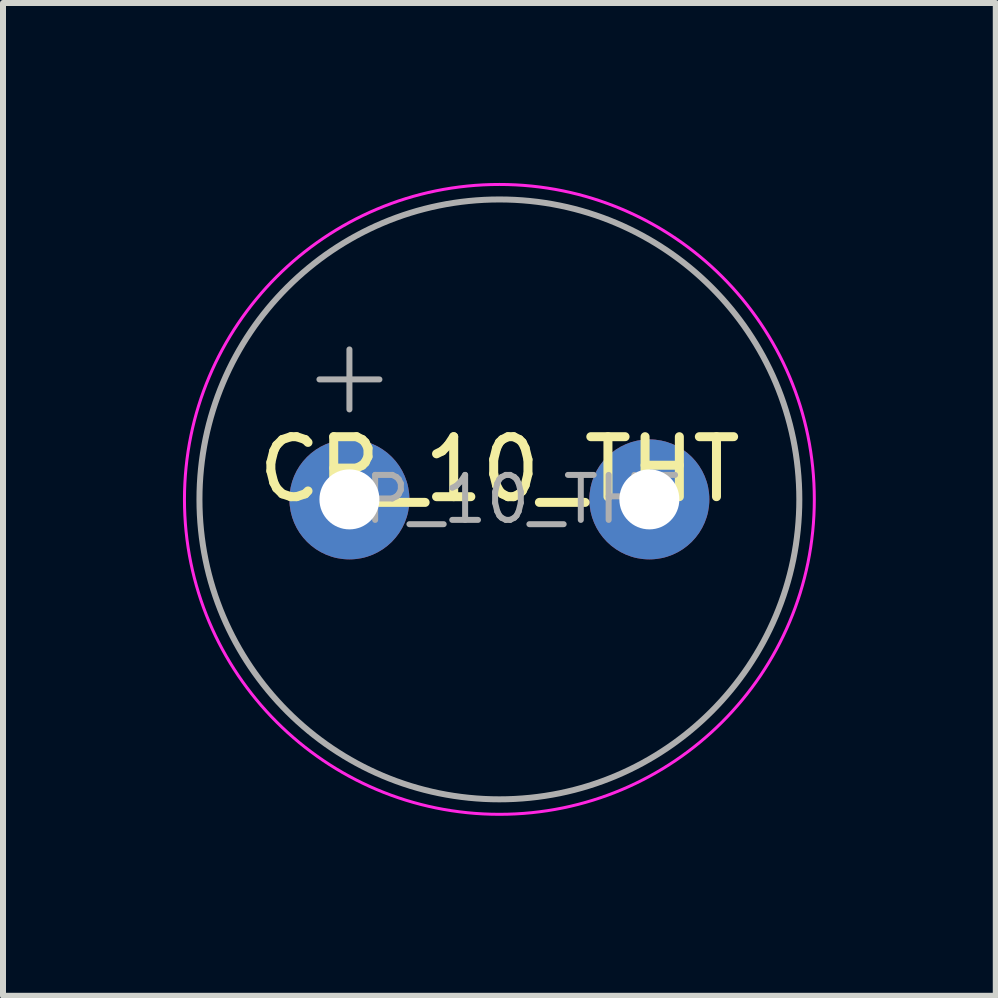
<source format=kicad_pcb>
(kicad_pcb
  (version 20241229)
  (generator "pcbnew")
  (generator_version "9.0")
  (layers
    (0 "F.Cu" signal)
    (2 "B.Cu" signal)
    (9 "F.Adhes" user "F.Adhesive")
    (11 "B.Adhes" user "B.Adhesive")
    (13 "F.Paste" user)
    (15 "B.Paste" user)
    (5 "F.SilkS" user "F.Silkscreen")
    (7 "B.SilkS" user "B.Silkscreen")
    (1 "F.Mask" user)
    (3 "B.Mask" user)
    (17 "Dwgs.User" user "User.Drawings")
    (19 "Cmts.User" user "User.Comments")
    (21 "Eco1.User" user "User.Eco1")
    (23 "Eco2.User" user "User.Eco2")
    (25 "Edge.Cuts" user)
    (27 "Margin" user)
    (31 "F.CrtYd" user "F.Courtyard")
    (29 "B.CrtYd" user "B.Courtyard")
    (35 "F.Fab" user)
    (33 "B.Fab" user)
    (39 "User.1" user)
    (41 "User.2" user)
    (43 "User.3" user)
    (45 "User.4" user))
  (footprint "CP_10_THT"
    (layer "F.Cu")
    (at 5.275 5.275)
    (property "Reference" "CP_10_THT" (at 0 -0.5 0) (unlocked yes) (layer "F.SilkS") (effects (font (size 1 1) (thickness 0.15))))
    (attr through_hole)
    (fp_circle (center 0 0) (end 5.25 0) (stroke (width 0.05) (type solid)) (fill no) (layer "F.CrtYd"))
    (fp_line (start -3 -2) (end -2 -2) (stroke (width 0.1) (type solid)) (layer "F.Fab"))
    (fp_line (start -2.5 -2.5) (end -2.5 -1.5) (stroke (width 0.1) (type solid)) (layer "F.Fab"))
    (fp_circle (center 0 0) (end 5 0) (stroke (width 0.1) (type solid)) (fill no) (layer "F.Fab"))
    (fp_text user "${REFERENCE}" (at 0 0 0) (layer "F.Fab") (effects (font (size 0.75 0.75) (thickness 0.1))))
    (pad "1" thru_hole circle (at -2.5 0) (size 2 2) (drill 1) (layers "*.Cu" "*.Mask"))
    (pad "2" thru_hole circle (at 2.5 0) (size 2 2) (drill 1) (layers "*.Cu" "*.Mask")))
  (gr_rect
    (start -3 -3)
    (end 13.55 13.55)
    (stroke (width 0.1) (type default))
    (fill no)
    (layer "Edge.Cuts")))
</source>
